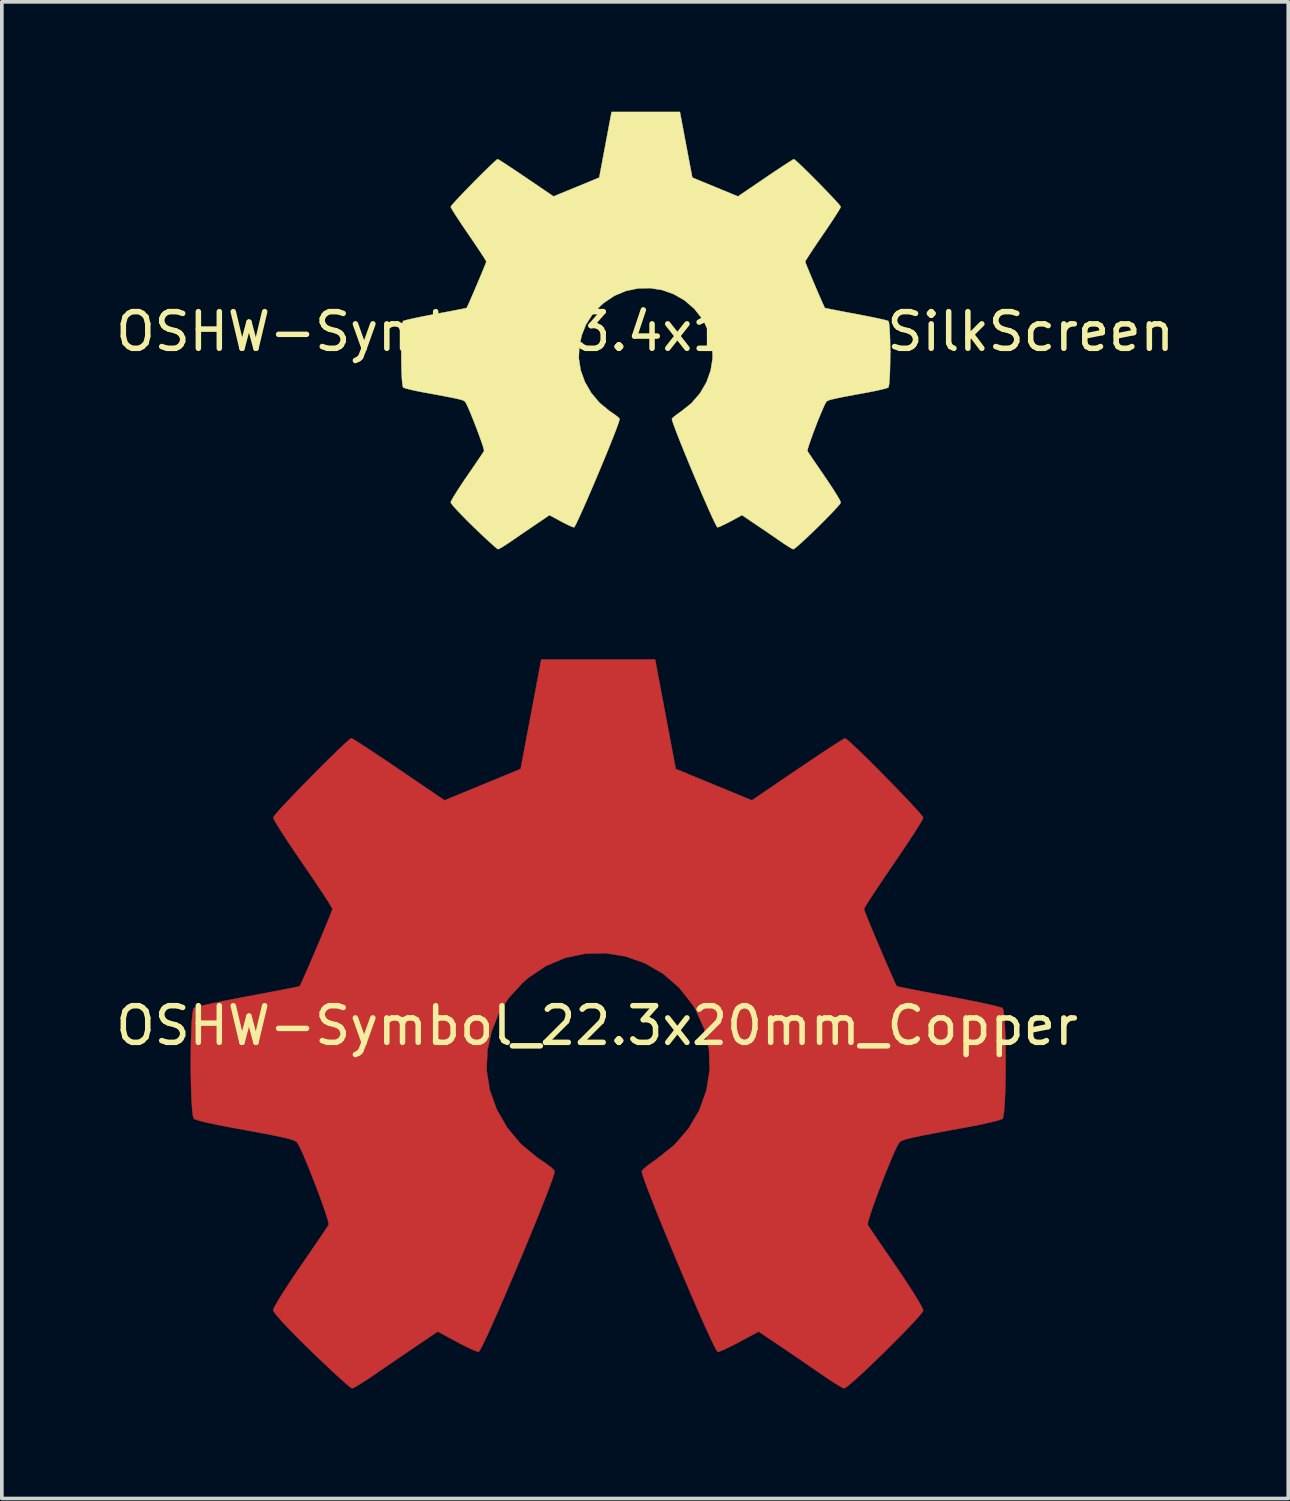
<source format=kicad_pcb>
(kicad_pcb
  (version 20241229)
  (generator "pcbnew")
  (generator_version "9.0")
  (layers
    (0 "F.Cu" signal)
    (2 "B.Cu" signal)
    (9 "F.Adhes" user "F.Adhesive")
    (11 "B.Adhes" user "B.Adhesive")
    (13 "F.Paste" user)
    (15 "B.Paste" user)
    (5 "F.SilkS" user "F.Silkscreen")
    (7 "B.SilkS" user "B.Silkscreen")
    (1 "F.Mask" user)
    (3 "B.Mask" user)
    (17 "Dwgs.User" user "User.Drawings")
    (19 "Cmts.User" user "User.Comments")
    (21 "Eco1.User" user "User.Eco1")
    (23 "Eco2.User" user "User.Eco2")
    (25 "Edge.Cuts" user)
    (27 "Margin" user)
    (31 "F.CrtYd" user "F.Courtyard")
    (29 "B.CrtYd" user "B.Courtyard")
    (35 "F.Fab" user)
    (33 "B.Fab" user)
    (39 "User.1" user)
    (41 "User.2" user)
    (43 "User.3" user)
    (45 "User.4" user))
  (footprint "OSHW-Symbol_22.3x20mm_Copper"
    (layer "F.Cu")
    (at 13.244 24.941)
    (property "Reference" "OSHW-Symbol_22.3x20mm_Copper" (at 0 0 0) (layer "F.SilkS") (effects (font (size 1 1) (thickness 0.15))))
    (attr exclude_from_pos_files exclude_from_bom)
    (fp_poly (pts (xy 1.866 -8.499) (xy 2.148 -7.006) (xy 3.186 -6.578) (xy 4.225 -6.15) (xy 5.471 -6.997) (xy 5.82 -7.233) (xy 6.135 -7.443) (xy 6.402 -7.619) (xy 6.606 -7.75) (xy 6.733 -7.827) (xy 6.767 -7.844) (xy 6.83 -7.801) (xy 6.962 -7.683) (xy 7.151 -7.505) (xy 7.38 -7.281) (xy 7.635 -7.027) (xy 7.901 -6.758) (xy 8.164 -6.489) (xy 8.408 -6.235) (xy 8.618 -6.011) (xy 8.78 -5.833) (xy 8.879 -5.715) (xy 8.902 -5.676) (xy 8.868 -5.603) (xy 8.773 -5.444) (xy 8.627 -5.214) (xy 8.439 -4.929) (xy 8.22 -4.603) (xy 8.093 -4.418) (xy 7.862 -4.079) (xy 7.656 -3.773) (xy 7.487 -3.516) (xy 7.363 -3.322) (xy 7.294 -3.207) (xy 7.284 -3.182) (xy 7.307 -3.114) (xy 7.371 -2.953) (xy 7.465 -2.724) (xy 7.58 -2.448) (xy 7.707 -2.148) (xy 7.835 -1.847) (xy 7.956 -1.567) (xy 8.06 -1.331) (xy 8.136 -1.161) (xy 8.176 -1.08) (xy 8.179 -1.076) (xy 8.242 -1.061) (xy 8.41 -1.026) (xy 8.666 -0.976) (xy 8.992 -0.914) (xy 9.371 -0.842) (xy 9.591 -0.801) (xy 9.996 -0.724) (xy 10.362 -0.651) (xy 10.669 -0.585) (xy 10.901 -0.531) (xy 11.038 -0.493) (xy 11.066 -0.481) (xy 11.093 -0.4) (xy 11.115 -0.215) (xy 11.131 0.051) (xy 11.143 0.376) (xy 11.149 0.74) (xy 11.15 1.12) (xy 11.146 1.495) (xy 11.137 1.843) (xy 11.122 2.143) (xy 11.103 2.373) (xy 11.078 2.512) (xy 11.064 2.541) (xy 10.976 2.576) (xy 10.79 2.625) (xy 10.531 2.684) (xy 10.222 2.746) (xy 10.114 2.766) (xy 9.595 2.861) (xy 9.185 2.938) (xy 8.87 2.999) (xy 8.638 3.048) (xy 8.473 3.087) (xy 8.364 3.12) (xy 8.296 3.15) (xy 8.256 3.179) (xy 8.25 3.185) (xy 8.194 3.278) (xy 8.108 3.461) (xy 8.001 3.71) (xy 7.882 4.002) (xy 7.759 4.317) (xy 7.64 4.631) (xy 7.535 4.921) (xy 7.452 5.167) (xy 7.399 5.345) (xy 7.385 5.432) (xy 7.386 5.435) (xy 7.433 5.507) (xy 7.539 5.665) (xy 7.694 5.892) (xy 7.886 6.173) (xy 8.104 6.491) (xy 8.166 6.581) (xy 8.387 6.908) (xy 8.581 7.206) (xy 8.739 7.459) (xy 8.849 7.649) (xy 8.9 7.759) (xy 8.902 7.772) (xy 8.859 7.843) (xy 8.74 7.983) (xy 8.56 8.178) (xy 8.335 8.412) (xy 8.079 8.67) (xy 7.809 8.938) (xy 7.539 9.199) (xy 7.286 9.44) (xy 7.063 9.644) (xy 6.887 9.797) (xy 6.773 9.884) (xy 6.741 9.899) (xy 6.667 9.865) (xy 6.517 9.775) (xy 6.314 9.643) (xy 6.158 9.537) (xy 5.874 9.342) (xy 5.539 9.112) (xy 5.203 8.883) (xy 5.022 8.761) (xy 4.41 8.347) (xy 3.896 8.625) (xy 3.662 8.746) (xy 3.463 8.841) (xy 3.329 8.895) (xy 3.294 8.902) (xy 3.253 8.847) (xy 3.172 8.69) (xy 3.057 8.447) (xy 2.913 8.131) (xy 2.748 7.758) (xy 2.567 7.341) (xy 2.376 6.895) (xy 2.182 6.435) (xy 1.99 5.974) (xy 1.806 5.528) (xy 1.637 5.111) (xy 1.489 4.737) (xy 1.367 4.421) (xy 1.278 4.177) (xy 1.228 4.019) (xy 1.22 3.965) (xy 1.284 3.896) (xy 1.424 3.784) (xy 1.611 3.652) (xy 1.626 3.642) (xy 2.11 3.255) (xy 2.499 2.804) (xy 2.792 2.303) (xy 2.984 1.766) (xy 3.073 1.208) (xy 3.054 0.643) (xy 2.925 0.086) (xy 2.683 -0.449) (xy 2.611 -0.566) (xy 2.24 -1.038) (xy 1.801 -1.418) (xy 1.31 -1.702) (xy 0.782 -1.89) (xy 0.232 -1.978) (xy -0.325 -1.966) (xy -0.872 -1.85) (xy -1.397 -1.629) (xy -1.882 -1.302) (xy -2.032 -1.169) (xy -2.414 -0.753) (xy -2.692 -0.315) (xy -2.883 0.176) (xy -2.99 0.662) (xy -3.016 1.208) (xy -2.928 1.758) (xy -2.736 2.291) (xy -2.447 2.79) (xy -2.072 3.236) (xy -1.618 3.611) (xy -1.558 3.65) (xy -1.369 3.779) (xy -1.226 3.891) (xy -1.157 3.963) (xy -1.156 3.965) (xy -1.171 4.042) (xy -1.229 4.218) (xy -1.325 4.477) (xy -1.453 4.806) (xy -1.606 5.19) (xy -1.779 5.614) (xy -1.964 6.063) (xy -2.158 6.525) (xy -2.352 6.984) (xy -2.541 7.425) (xy -2.72 7.835) (xy -2.881 8.198) (xy -3.019 8.501) (xy -3.128 8.728) (xy -3.202 8.866) (xy -3.232 8.902) (xy -3.323 8.874) (xy -3.493 8.798) (xy -3.713 8.689) (xy -3.834 8.625) (xy -4.348 8.347) (xy -4.96 8.761) (xy -5.272 8.973) (xy -5.614 9.206) (xy -5.935 9.426) (xy -6.095 9.537) (xy -6.321 9.688) (xy -6.512 9.808) (xy -6.644 9.882) (xy -6.687 9.897) (xy -6.749 9.856) (xy -6.887 9.739) (xy -7.087 9.559) (xy -7.335 9.328) (xy -7.619 9.059) (xy -7.799 8.886) (xy -8.114 8.577) (xy -8.385 8.301) (xy -8.603 8.069) (xy -8.757 7.893) (xy -8.835 7.786) (xy -8.842 7.764) (xy -8.807 7.681) (xy -8.712 7.513) (xy -8.566 7.277) (xy -8.38 6.991) (xy -8.165 6.67) (xy -8.103 6.581) (xy -7.881 6.256) (xy -7.681 5.964) (xy -7.515 5.72) (xy -7.394 5.542) (xy -7.33 5.445) (xy -7.324 5.435) (xy -7.333 5.358) (xy -7.382 5.189) (xy -7.463 4.95) (xy -7.566 4.663) (xy -7.684 4.35) (xy -7.807 4.035) (xy -7.927 3.739) (xy -8.035 3.484) (xy -8.124 3.294) (xy -8.184 3.19) (xy -8.188 3.185) (xy -8.224 3.155) (xy -8.286 3.126) (xy -8.387 3.094) (xy -8.539 3.056) (xy -8.758 3.009) (xy -9.056 2.95) (xy -9.447 2.877) (xy -9.944 2.786) (xy -10.052 2.766) (xy -10.371 2.704) (xy -10.65 2.644) (xy -10.862 2.591) (xy -10.985 2.551) (xy -11.001 2.541) (xy -11.029 2.458) (xy -11.051 2.273) (xy -11.068 2.006) (xy -11.079 1.68) (xy -11.086 1.316) (xy -11.088 0.936) (xy -11.084 0.561) (xy -11.075 0.213) (xy -11.062 -0.086) (xy -11.042 -0.315) (xy -11.018 -0.453) (xy -11.004 -0.481) (xy -10.922 -0.51) (xy -10.736 -0.556) (xy -10.465 -0.616) (xy -10.127 -0.686) (xy -9.74 -0.761) (xy -9.529 -0.801) (xy -9.129 -0.876) (xy -8.773 -0.944) (xy -8.477 -1.001) (xy -8.259 -1.044) (xy -8.137 -1.071) (xy -8.117 -1.076) (xy -8.083 -1.142) (xy -8.011 -1.3) (xy -7.911 -1.528) (xy -7.792 -1.803) (xy -7.664 -2.103) (xy -7.536 -2.404) (xy -7.419 -2.686) (xy -7.321 -2.924) (xy -7.252 -3.097) (xy -7.222 -3.182) (xy -7.222 -3.185) (xy -7.256 -3.252) (xy -7.351 -3.406) (xy -7.497 -3.631) (xy -7.685 -3.912) (xy -7.904 -4.235) (xy -8.031 -4.42) (xy -8.263 -4.76) (xy -8.469 -5.068) (xy -8.639 -5.33) (xy -8.763 -5.529) (xy -8.83 -5.65) (xy -8.84 -5.677) (xy -8.798 -5.74) (xy -8.682 -5.875) (xy -8.506 -6.066) (xy -8.285 -6.299) (xy -8.035 -6.558) (xy -7.77 -6.828) (xy -7.505 -7.095) (xy -7.255 -7.342) (xy -7.034 -7.556) (xy -6.859 -7.72) (xy -6.743 -7.82) (xy -6.704 -7.844) (xy -6.641 -7.811) (xy -6.489 -7.716) (xy -6.265 -7.57) (xy -5.982 -7.383) (xy -5.655 -7.164) (xy -5.409 -6.997) (xy -4.163 -6.15) (xy -3.124 -6.578) (xy -2.086 -7.006) (xy -1.804 -8.499) (xy -1.523 -9.992) (xy 1.585 -9.992) (xy 1.866 -8.499)) (stroke (width 0.01) (type solid)) (fill yes) (layer "F.Cu")))
  (footprint "OSHW-Symbol_13.4x12mm_SilkScreen"
    (layer "F.Cu")
    (at 14.554 6)
    (property "Reference" "OSHW-Symbol_13.4x12mm_SilkScreen" (at 0 0 0) (layer "F.SilkS") (effects (font (size 1 1) (thickness 0.15))))
    (attr board_only exclude_from_pos_files exclude_from_bom allow_missing_courtyard)
    (fp_poly (pts (xy 1.12 -5.099) (xy 1.289 -4.204) (xy 1.912 -3.947) (xy 2.535 -3.69) (xy 3.282 -4.198) (xy 3.492 -4.34) (xy 3.681 -4.466) (xy 3.841 -4.571) (xy 3.964 -4.65) (xy 4.04 -4.696) (xy 4.06 -4.706) (xy 4.098 -4.681) (xy 4.177 -4.61) (xy 4.29 -4.503) (xy 4.428 -4.368) (xy 4.581 -4.216) (xy 4.741 -4.055) (xy 4.898 -3.893) (xy 5.045 -3.741) (xy 5.171 -3.607) (xy 5.268 -3.5) (xy 5.327 -3.429) (xy 5.341 -3.406) (xy 5.321 -3.362) (xy 5.264 -3.267) (xy 5.176 -3.128) (xy 5.063 -2.957) (xy 4.932 -2.762) (xy 4.856 -2.651) (xy 4.717 -2.447) (xy 4.594 -2.264) (xy 4.492 -2.109) (xy 4.418 -1.993) (xy 4.376 -1.924) (xy 4.37 -1.909) (xy 4.384 -1.868) (xy 4.422 -1.772) (xy 4.479 -1.634) (xy 4.548 -1.469) (xy 4.624 -1.289) (xy 4.701 -1.108) (xy 4.774 -0.94) (xy 4.836 -0.798) (xy 4.882 -0.696) (xy 4.906 -0.648) (xy 4.907 -0.646) (xy 4.945 -0.637) (xy 5.046 -0.616) (xy 5.2 -0.586) (xy 5.395 -0.548) (xy 5.622 -0.505) (xy 5.755 -0.481) (xy 5.998 -0.434) (xy 6.217 -0.39) (xy 6.402 -0.351) (xy 6.541 -0.319) (xy 6.623 -0.296) (xy 6.639 -0.289) (xy 6.656 -0.24) (xy 6.669 -0.129) (xy 6.679 0.03) (xy 6.686 0.226) (xy 6.689 0.444) (xy 6.69 0.672) (xy 6.687 0.897) (xy 6.682 1.106) (xy 6.673 1.286) (xy 6.662 1.424) (xy 6.647 1.507) (xy 6.638 1.525) (xy 6.586 1.546) (xy 6.474 1.575) (xy 6.318 1.61) (xy 6.133 1.648) (xy 6.069 1.66) (xy 5.757 1.717) (xy 5.511 1.763) (xy 5.322 1.799) (xy 5.183 1.829) (xy 5.084 1.852) (xy 5.018 1.872) (xy 4.978 1.89) (xy 4.953 1.907) (xy 4.95 1.911) (xy 4.916 1.967) (xy 4.865 2.077) (xy 4.801 2.226) (xy 4.729 2.401) (xy 4.655 2.59) (xy 4.584 2.778) (xy 4.521 2.953) (xy 4.471 3.1) (xy 4.439 3.207) (xy 4.431 3.259) (xy 4.432 3.261) (xy 4.46 3.304) (xy 4.524 3.399) (xy 4.616 3.535) (xy 4.732 3.704) (xy 4.862 3.894) (xy 4.899 3.949) (xy 5.032 4.145) (xy 5.149 4.324) (xy 5.243 4.475) (xy 5.309 4.589) (xy 5.34 4.655) (xy 5.341 4.663) (xy 5.316 4.706) (xy 5.244 4.79) (xy 5.136 4.907) (xy 5.001 5.047) (xy 4.848 5.202) (xy 4.685 5.363) (xy 4.524 5.519) (xy 4.371 5.664) (xy 4.238 5.786) (xy 4.132 5.878) (xy 4.064 5.931) (xy 4.045 5.939) (xy 4 5.919) (xy 3.91 5.865) (xy 3.788 5.786) (xy 3.695 5.722) (xy 3.525 5.605) (xy 3.324 5.467) (xy 3.122 5.33) (xy 3.013 5.257) (xy 2.646 5.008) (xy 2.338 5.175) (xy 2.197 5.248) (xy 2.078 5.305) (xy 1.997 5.337) (xy 1.977 5.341) (xy 1.952 5.308) (xy 1.903 5.214) (xy 1.834 5.068) (xy 1.748 4.879) (xy 1.649 4.655) (xy 1.54 4.405) (xy 1.426 4.137) (xy 1.309 3.861) (xy 1.194 3.585) (xy 1.084 3.317) (xy 0.982 3.067) (xy 0.893 2.842) (xy 0.82 2.652) (xy 0.767 2.506) (xy 0.737 2.411) (xy 0.732 2.379) (xy 0.77 2.338) (xy 0.854 2.27) (xy 0.966 2.191) (xy 0.976 2.185) (xy 1.266 1.953) (xy 1.5 1.682) (xy 1.675 1.382) (xy 1.79 1.06) (xy 1.844 0.725) (xy 1.833 0.386) (xy 1.755 0.052) (xy 1.61 -0.269) (xy 1.567 -0.34) (xy 1.344 -0.623) (xy 1.08 -0.851) (xy 0.786 -1.021) (xy 0.469 -1.134) (xy 0.139 -1.187) (xy -0.195 -1.179) (xy -0.523 -1.11) (xy -0.838 -0.978) (xy -1.129 -0.781) (xy -1.219 -0.701) (xy -1.448 -0.452) (xy -1.615 -0.189) (xy -1.73 0.105) (xy -1.794 0.397) (xy -1.809 0.725) (xy -1.757 1.055) (xy -1.641 1.375) (xy -1.468 1.674) (xy -1.243 1.942) (xy -0.971 2.166) (xy -0.935 2.19) (xy -0.822 2.268) (xy -0.736 2.335) (xy -0.694 2.378) (xy -0.694 2.379) (xy -0.703 2.425) (xy -0.738 2.531) (xy -0.795 2.686) (xy -0.872 2.884) (xy -0.964 3.114) (xy -1.067 3.368) (xy -1.179 3.638) (xy -1.295 3.915) (xy -1.411 4.19) (xy -1.525 4.455) (xy -1.632 4.701) (xy -1.729 4.919) (xy -1.812 5.1) (xy -1.877 5.237) (xy -1.921 5.32) (xy -1.939 5.341) (xy -1.994 5.325) (xy -2.096 5.279) (xy -2.228 5.213) (xy -2.3 5.175) (xy -2.609 5.008) (xy -2.976 5.257) (xy -3.163 5.384) (xy -3.369 5.524) (xy -3.561 5.656) (xy -3.657 5.722) (xy -3.793 5.813) (xy -3.907 5.885) (xy -3.986 5.929) (xy -4.012 5.938) (xy -4.049 5.913) (xy -4.132 5.843) (xy -4.252 5.735) (xy -4.401 5.597) (xy -4.572 5.435) (xy -4.68 5.331) (xy -4.868 5.146) (xy -5.031 4.98) (xy -5.162 4.841) (xy -5.254 4.736) (xy -5.301 4.671) (xy -5.305 4.658) (xy -5.284 4.608) (xy -5.227 4.508) (xy -5.139 4.366) (xy -5.028 4.194) (xy -4.899 4.002) (xy -4.862 3.949) (xy -4.728 3.754) (xy -4.608 3.578) (xy -4.509 3.432) (xy -4.437 3.325) (xy -4.398 3.267) (xy -4.394 3.261) (xy -4.4 3.215) (xy -4.429 3.113) (xy -4.478 2.97) (xy -4.54 2.798) (xy -4.61 2.61) (xy -4.684 2.421) (xy -4.756 2.243) (xy -4.821 2.091) (xy -4.874 1.976) (xy -4.91 1.914) (xy -4.913 1.911) (xy -4.935 1.893) (xy -4.972 1.875) (xy -5.032 1.856) (xy -5.124 1.833) (xy -5.255 1.805) (xy -5.434 1.77) (xy -5.668 1.726) (xy -5.967 1.671) (xy -6.031 1.66) (xy -6.223 1.623) (xy -6.39 1.586) (xy -6.517 1.554) (xy -6.591 1.53) (xy -6.601 1.525) (xy -6.617 1.475) (xy -6.63 1.364) (xy -6.641 1.204) (xy -6.648 1.008) (xy -6.652 0.79) (xy -6.653 0.562) (xy -6.65 0.337) (xy -6.645 0.128) (xy -6.637 -0.052) (xy -6.625 -0.189) (xy -6.611 -0.272) (xy -6.602 -0.289) (xy -6.553 -0.306) (xy -6.442 -0.334) (xy -6.279 -0.37) (xy -6.076 -0.412) (xy -5.844 -0.457) (xy -5.718 -0.481) (xy -5.478 -0.526) (xy -5.264 -0.566) (xy -5.086 -0.601) (xy -4.955 -0.627) (xy -4.882 -0.642) (xy -4.87 -0.646) (xy -4.85 -0.685) (xy -4.806 -0.78) (xy -4.746 -0.917) (xy -4.675 -1.082) (xy -4.598 -1.262) (xy -4.522 -1.443) (xy -4.451 -1.611) (xy -4.392 -1.755) (xy -4.351 -1.858) (xy -4.333 -1.909) (xy -4.333 -1.911) (xy -4.353 -1.951) (xy -4.41 -2.043) (xy -4.498 -2.178) (xy -4.611 -2.347) (xy -4.742 -2.541) (xy -4.819 -2.652) (xy -4.958 -2.856) (xy -5.081 -3.041) (xy -5.183 -3.198) (xy -5.258 -3.317) (xy -5.298 -3.39) (xy -5.304 -3.406) (xy -5.279 -3.444) (xy -5.209 -3.525) (xy -5.103 -3.64) (xy -4.971 -3.779) (xy -4.821 -3.935) (xy -4.662 -4.097) (xy -4.503 -4.257) (xy -4.353 -4.405) (xy -4.221 -4.533) (xy -4.115 -4.632) (xy -4.046 -4.692) (xy -4.022 -4.706) (xy -3.984 -4.686) (xy -3.894 -4.63) (xy -3.759 -4.542) (xy -3.589 -4.43) (xy -3.393 -4.298) (xy -3.245 -4.198) (xy -2.498 -3.69) (xy -1.874 -3.947) (xy -1.251 -4.204) (xy -0.914 -5.995) (xy 0.951 -5.995) (xy 1.12 -5.099)) (stroke (width 0.01) (type solid)) (fill yes) (layer "F.SilkS")))
  (gr_rect
    (start -3 -3)
    (end 32.107 37.845)
    (stroke (width 0.1) (type default))
    (fill no)
    (layer "Edge.Cuts")))
</source>
